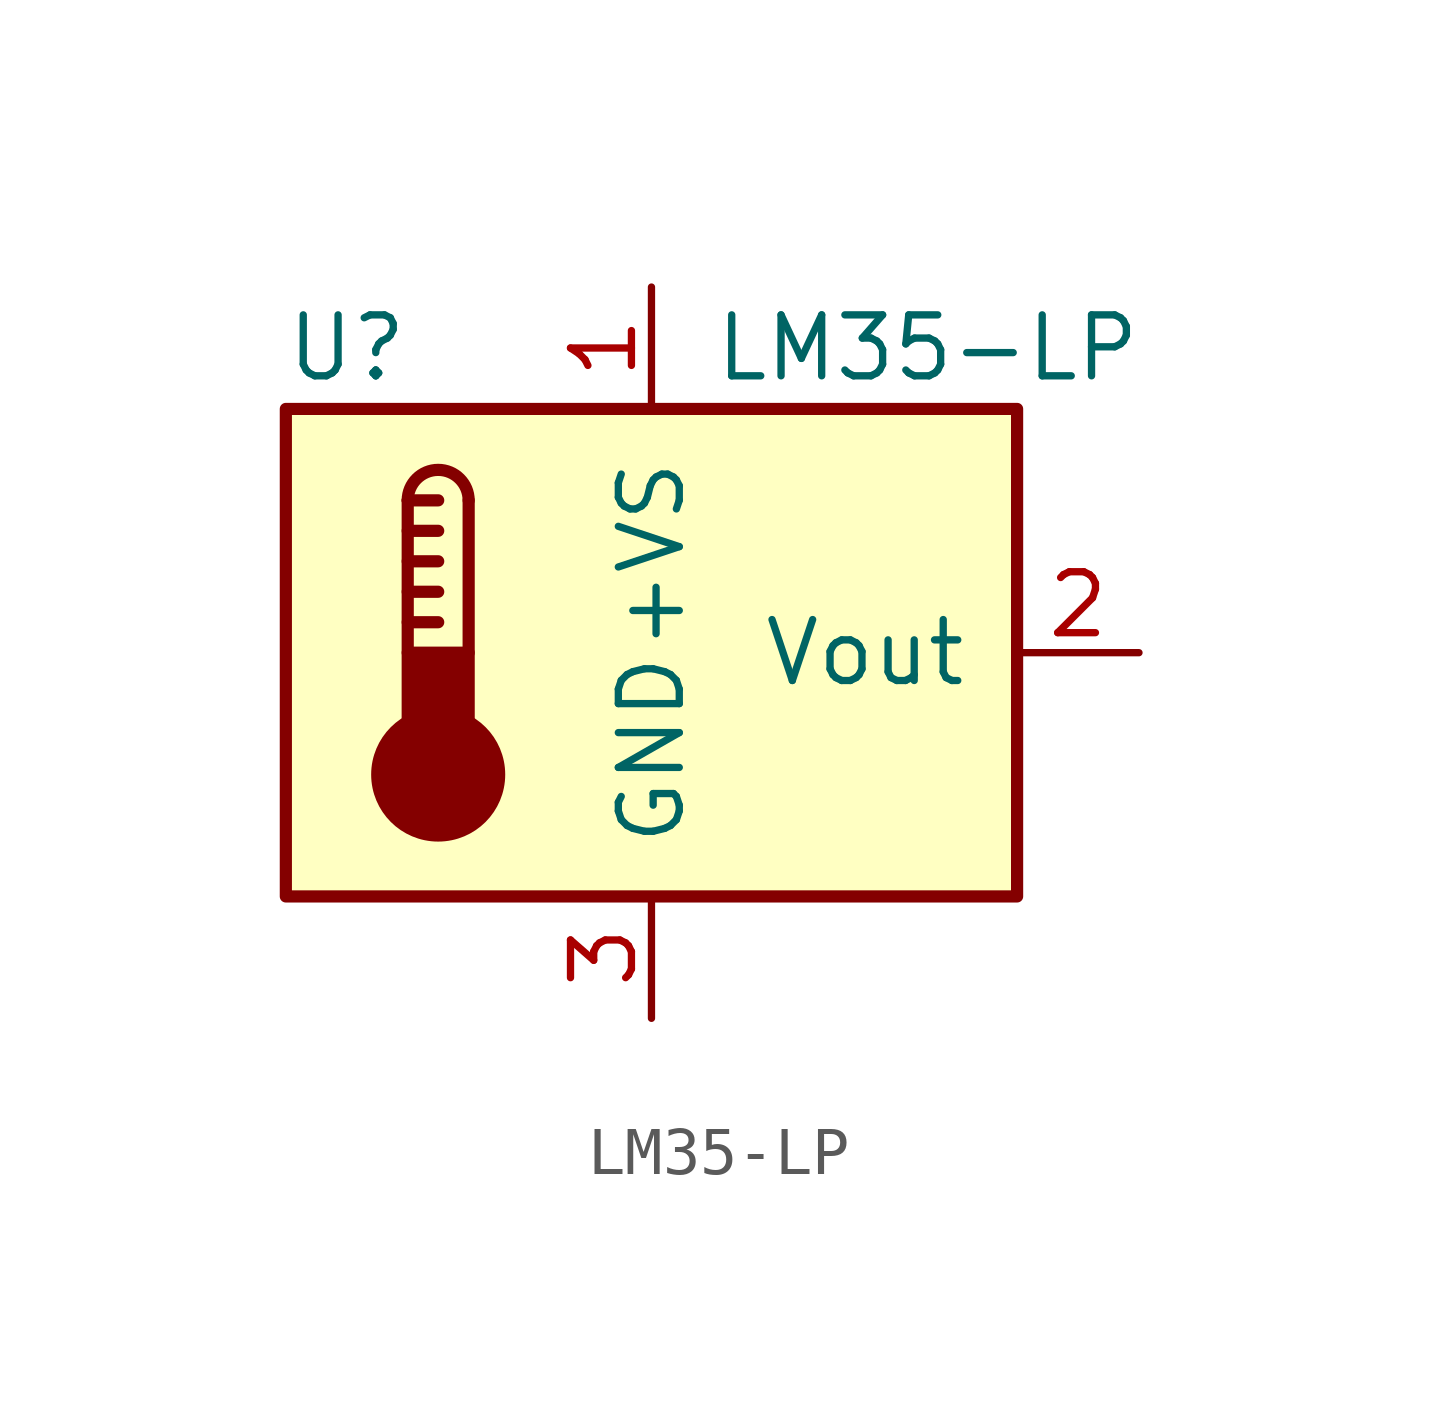
<source format=kicad_sym>
(kicad_symbol_lib
  (version 20220914)
  (generator kicad_symbol_editor)
  (symbol "LM35-LP"
    (pin_names
      (offset 1.016))
    (property "Reference" "U"
      (at -6.35 6.35 0)
      (effects (font (size 1.27 1.27))))
    (property "Value" "LM35-LP"
      (at 1.27 6.35 0)
      (effects (font (size 1.27 1.27)) (justify left)))
    (symbol "LM35-LP_0_1"
      (rectangle (start -7.62 5.08) (end 7.62 -5.08) (stroke (width 0.254) (type default)) (fill (type background)))
      (circle (center -4.445 -2.54) (radius 1.27) (stroke (width 0.254) (type default)) (fill (type outline)))
      (rectangle (start -3.81 -1.905) (end -5.08 0) (stroke (width 0.254) (type default)) (fill (type outline)))
      (arc (start -3.81 3.175) (mid -4.445 3.8073) (end -5.08 3.175) (stroke (width 0.254) (type default)) (fill (type none)))
      (polyline (pts (xy -5.08 0.635) (xy -4.445 0.635)) (stroke (width 0.254) (type default)) (fill (type none)))
      (polyline (pts (xy -5.08 1.27) (xy -4.445 1.27)) (stroke (width 0.254) (type default)) (fill (type none)))
      (polyline (pts (xy -5.08 1.905) (xy -4.445 1.905)) (stroke (width 0.254) (type default)) (fill (type none)))
      (polyline (pts (xy -5.08 2.54) (xy -4.445 2.54)) (stroke (width 0.254) (type default)) (fill (type none)))
      (polyline (pts (xy -5.08 3.175) (xy -5.08 0)) (stroke (width 0.254) (type default)) (fill (type none)))
      (polyline (pts (xy -5.08 3.175) (xy -4.445 3.175)) (stroke (width 0.254) (type default)) (fill (type none)))
      (polyline (pts (xy -3.81 3.175) (xy -3.81 0)) (stroke (width 0.254) (type default)) (fill (type none))))
    (symbol "LM35-LP_1_1"
      (pin power_in line (at 0 7.62 270) (length 2.54) (name "+VS" (effects (font (size 1.27 1.27)))) (number "1" (effects (font (size 1.27 1.27)))))
      (pin output line (at 10.16 0 180) (length 2.54) (name "Vout" (effects (font (size 1.27 1.27)))) (number "2" (effects (font (size 1.27 1.27)))))
      (pin power_in line (at 0 -7.62 90) (length 2.54) (name "GND" (effects (font (size 1.27 1.27)))) (number "3" (effects (font (size 1.27 1.27))))))))
</source>
